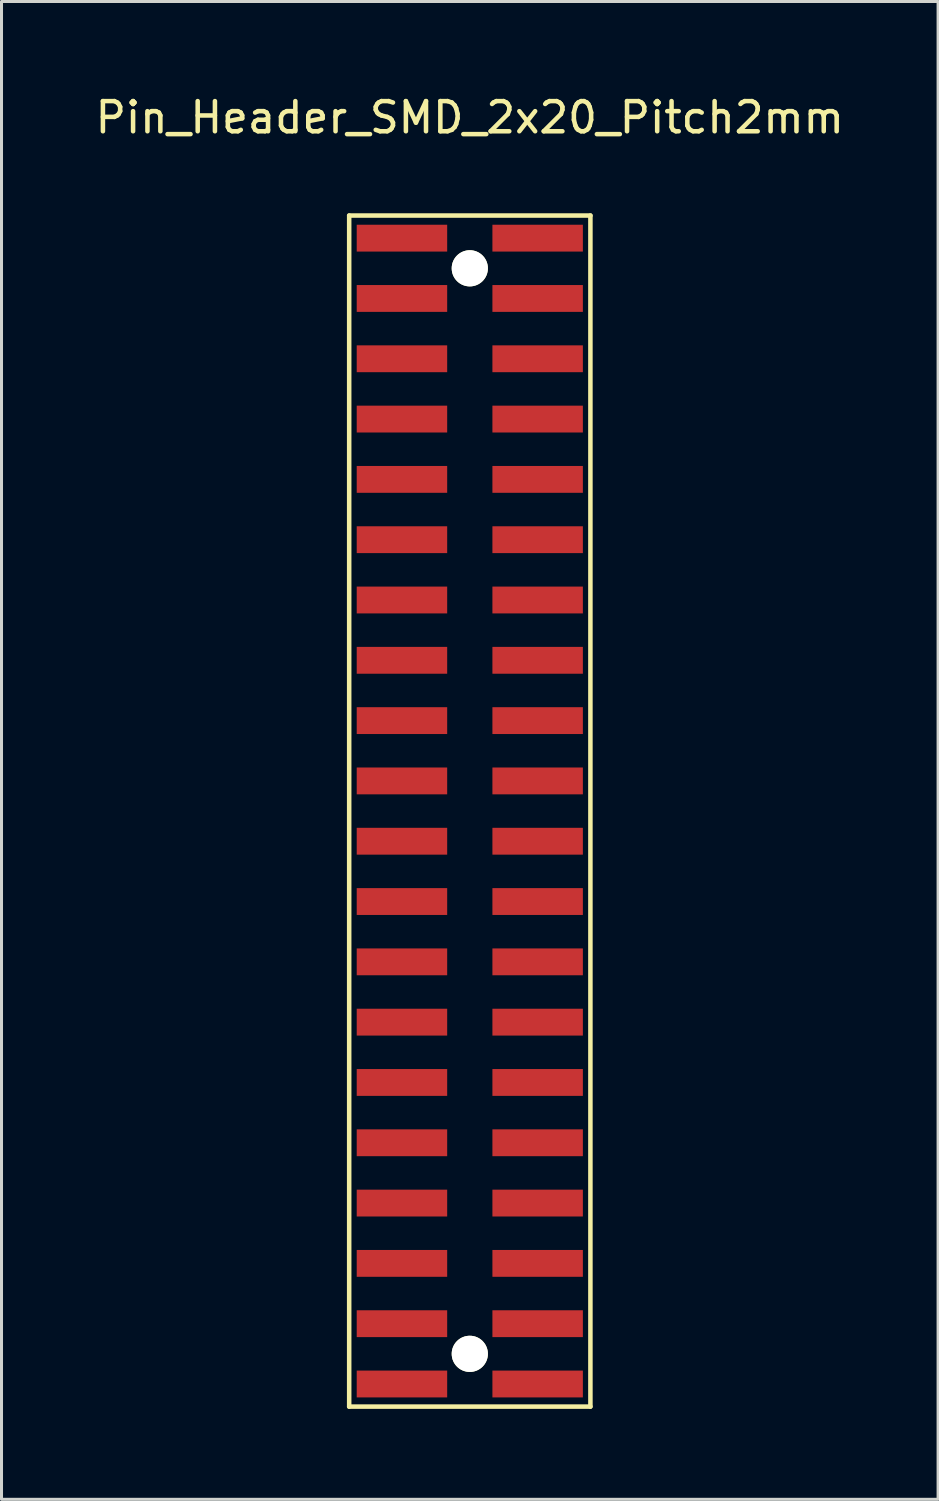
<source format=kicad_pcb>
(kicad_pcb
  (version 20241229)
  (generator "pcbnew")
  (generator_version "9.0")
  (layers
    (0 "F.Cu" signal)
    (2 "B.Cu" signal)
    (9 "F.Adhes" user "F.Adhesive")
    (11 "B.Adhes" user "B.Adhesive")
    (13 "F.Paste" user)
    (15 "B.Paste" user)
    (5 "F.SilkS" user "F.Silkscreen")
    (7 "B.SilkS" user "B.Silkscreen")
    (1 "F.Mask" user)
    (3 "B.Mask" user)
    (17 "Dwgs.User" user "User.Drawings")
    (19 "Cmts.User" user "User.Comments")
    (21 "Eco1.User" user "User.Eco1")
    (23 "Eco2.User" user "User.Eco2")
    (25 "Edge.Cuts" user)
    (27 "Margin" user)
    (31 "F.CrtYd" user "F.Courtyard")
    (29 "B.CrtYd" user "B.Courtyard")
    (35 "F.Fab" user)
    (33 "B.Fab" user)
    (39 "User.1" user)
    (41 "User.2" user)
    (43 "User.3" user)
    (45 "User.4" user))
  (footprint "Pin_Header_SMD_2x20_Pitch2mm"
    (layer "F.Cu")
    (at 11.53 4.848)
    (property "Reference" "Pin_Header_SMD_2x20_Pitch2mm" (at 1 -4 180) (layer "F.SilkS") (effects (font (size 1 1) (thickness 0.15))))
    (attr through_hole)
    (fp_line (start -3 -0.75) (end -3 38.75) (stroke (width 0.15) (type solid)) (layer "F.SilkS"))
    (fp_line (start -3 38.75) (end 5 38.75) (stroke (width 0.15) (type solid)) (layer "F.SilkS"))
    (fp_line (start 5 -0.75) (end -3 -0.75) (stroke (width 0.15) (type solid)) (layer "F.SilkS"))
    (fp_line (start 5 38.75) (end 5 -0.75) (stroke (width 0.15) (type solid)) (layer "F.SilkS"))
    (pad "" np_thru_hole circle (at 1 1 270) (size 1.2 1.2) (drill 1.2) (layers "*.Cu" "*.Mask" "F.SilkS"))
    (pad "" np_thru_hole circle (at 1 37 270) (size 1.2 1.2) (drill 1.2) (layers "*.Cu" "*.Mask" "F.SilkS"))
    (pad "1" smd rect (at -1.25 0 270) (size 0.89 3) (layers "F.Cu" "F.Mask" "F.Paste"))
    (pad "2" smd rect (at 3.25 0 270) (size 0.89 3) (layers "F.Cu" "F.Mask" "F.Paste"))
    (pad "3" smd rect (at -1.25 2 270) (size 0.89 3) (layers "F.Cu" "F.Mask" "F.Paste"))
    (pad "4" smd rect (at 3.25 2 270) (size 0.89 3) (layers "F.Cu" "F.Mask" "F.Paste"))
    (pad "5" smd rect (at -1.25 4 270) (size 0.89 3) (layers "F.Cu" "F.Mask" "F.Paste"))
    (pad "6" smd rect (at 3.25 4 270) (size 0.89 3) (layers "F.Cu" "F.Mask" "F.Paste"))
    (pad "7" smd rect (at -1.25 6 270) (size 0.89 3) (layers "F.Cu" "F.Mask" "F.Paste"))
    (pad "8" smd rect (at 3.25 6 270) (size 0.89 3) (layers "F.Cu" "F.Mask" "F.Paste"))
    (pad "9" smd rect (at -1.25 8 270) (size 0.89 3) (layers "F.Cu" "F.Mask" "F.Paste"))
    (pad "10" smd rect (at 3.25 8 270) (size 0.89 3) (layers "F.Cu" "F.Mask" "F.Paste"))
    (pad "11" smd rect (at -1.25 10 270) (size 0.89 3) (layers "F.Cu" "F.Mask" "F.Paste"))
    (pad "12" smd rect (at 3.25 10 270) (size 0.89 3) (layers "F.Cu" "F.Mask" "F.Paste"))
    (pad "13" smd rect (at -1.25 12 270) (size 0.89 3) (layers "F.Cu" "F.Mask" "F.Paste"))
    (pad "14" smd rect (at 3.25 12 270) (size 0.89 3) (layers "F.Cu" "F.Mask" "F.Paste"))
    (pad "15" smd rect (at -1.25 14 270) (size 0.89 3) (layers "F.Cu" "F.Mask" "F.Paste"))
    (pad "16" smd rect (at 3.25 14 270) (size 0.89 3) (layers "F.Cu" "F.Mask" "F.Paste"))
    (pad "17" smd rect (at -1.25 16 270) (size 0.89 3) (layers "F.Cu" "F.Mask" "F.Paste"))
    (pad "18" smd rect (at 3.25 16 270) (size 0.89 3) (layers "F.Cu" "F.Mask" "F.Paste"))
    (pad "19" smd rect (at -1.25 18 270) (size 0.89 3) (layers "F.Cu" "F.Mask" "F.Paste"))
    (pad "20" smd rect (at 3.25 18 270) (size 0.89 3) (layers "F.Cu" "F.Mask" "F.Paste"))
    (pad "21" smd rect (at -1.25 20 270) (size 0.89 3) (layers "F.Cu" "F.Mask" "F.Paste"))
    (pad "22" smd rect (at 3.25 20 270) (size 0.89 3) (layers "F.Cu" "F.Mask" "F.Paste"))
    (pad "23" smd rect (at -1.25 22 270) (size 0.89 3) (layers "F.Cu" "F.Mask" "F.Paste"))
    (pad "24" smd rect (at 3.25 22 270) (size 0.89 3) (layers "F.Cu" "F.Mask" "F.Paste"))
    (pad "25" smd rect (at -1.25 24 270) (size 0.89 3) (layers "F.Cu" "F.Mask" "F.Paste"))
    (pad "26" smd rect (at 3.25 24 270) (size 0.89 3) (layers "F.Cu" "F.Mask" "F.Paste"))
    (pad "27" smd rect (at -1.25 26 270) (size 0.89 3) (layers "F.Cu" "F.Mask" "F.Paste"))
    (pad "28" smd rect (at 3.25 26 270) (size 0.89 3) (layers "F.Cu" "F.Mask" "F.Paste"))
    (pad "29" smd rect (at -1.25 28 270) (size 0.89 3) (layers "F.Cu" "F.Mask" "F.Paste"))
    (pad "30" smd rect (at 3.25 28 270) (size 0.89 3) (layers "F.Cu" "F.Mask" "F.Paste"))
    (pad "31" smd rect (at -1.25 30 270) (size 0.89 3) (layers "F.Cu" "F.Mask" "F.Paste"))
    (pad "32" smd rect (at 3.25 30 270) (size 0.89 3) (layers "F.Cu" "F.Mask" "F.Paste"))
    (pad "33" smd rect (at -1.25 32 270) (size 0.89 3) (layers "F.Cu" "F.Mask" "F.Paste"))
    (pad "34" smd rect (at 3.25 32 270) (size 0.89 3) (layers "F.Cu" "F.Mask" "F.Paste"))
    (pad "35" smd rect (at -1.25 34 270) (size 0.89 3) (layers "F.Cu" "F.Mask" "F.Paste"))
    (pad "36" smd rect (at 3.25 34 270) (size 0.89 3) (layers "F.Cu" "F.Mask" "F.Paste"))
    (pad "37" smd rect (at -1.25 36 270) (size 0.89 3) (layers "F.Cu" "F.Mask" "F.Paste"))
    (pad "38" smd rect (at 3.25 36 270) (size 0.89 3) (layers "F.Cu" "F.Mask" "F.Paste"))
    (pad "39" smd rect (at -1.25 38 270) (size 0.89 3) (layers "F.Cu" "F.Mask" "F.Paste"))
    (pad "40" smd rect (at 3.25 38 270) (size 0.89 3) (layers "F.Cu" "F.Mask" "F.Paste")))
  (gr_rect
    (start -3 -3)
    (end 28.06 46.673)
    (stroke (width 0.1) (type default))
    (fill no)
    (layer "Edge.Cuts")))
</source>
